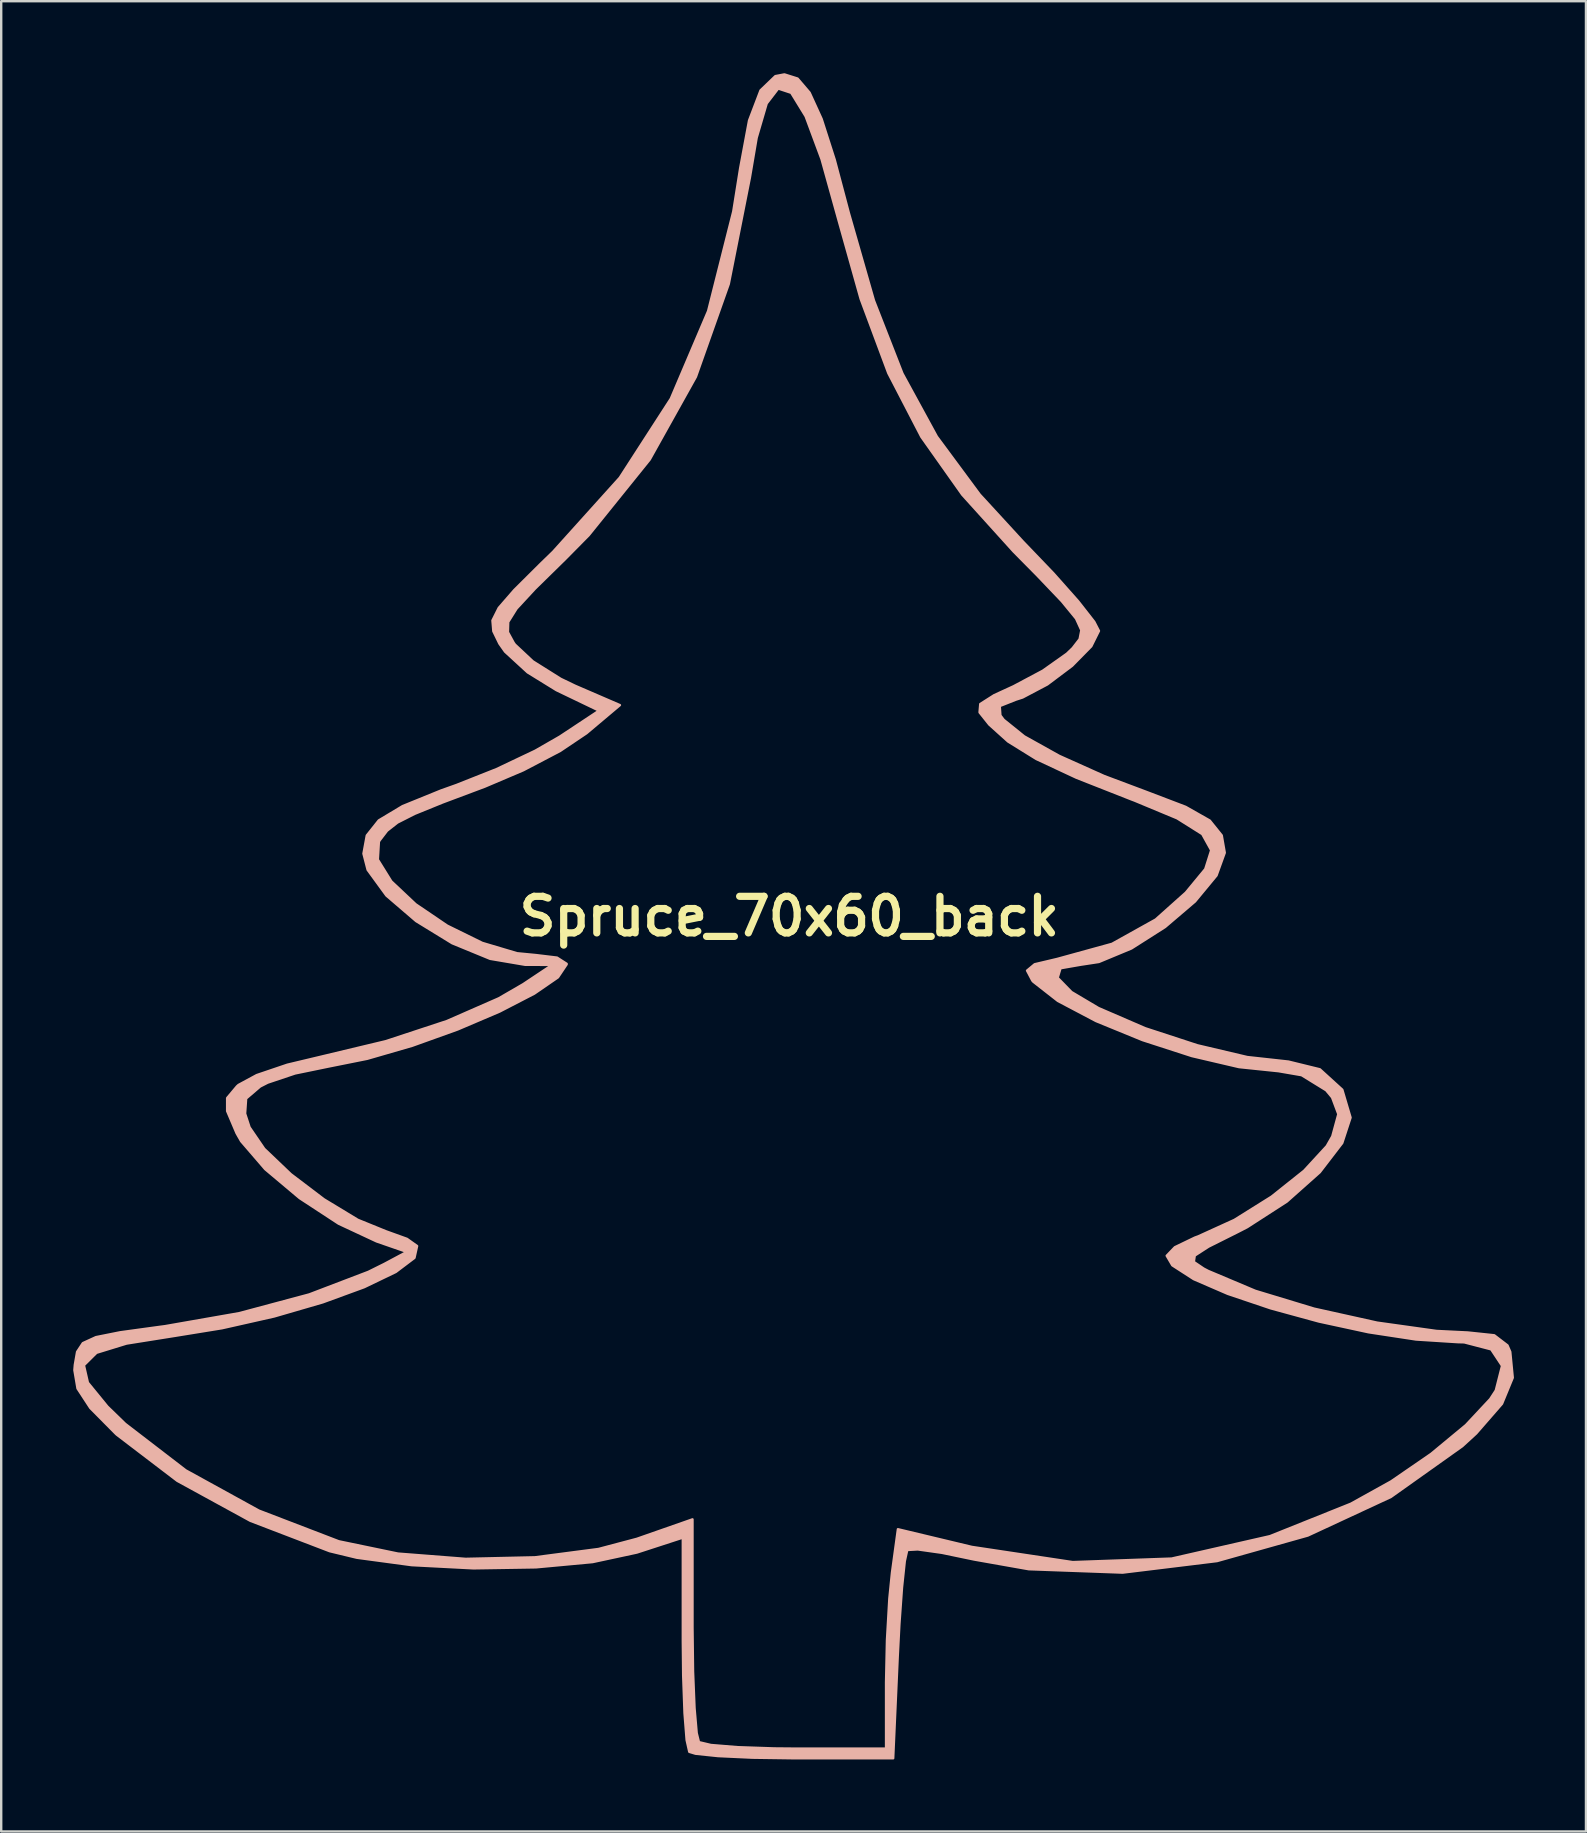
<source format=kicad_pcb>
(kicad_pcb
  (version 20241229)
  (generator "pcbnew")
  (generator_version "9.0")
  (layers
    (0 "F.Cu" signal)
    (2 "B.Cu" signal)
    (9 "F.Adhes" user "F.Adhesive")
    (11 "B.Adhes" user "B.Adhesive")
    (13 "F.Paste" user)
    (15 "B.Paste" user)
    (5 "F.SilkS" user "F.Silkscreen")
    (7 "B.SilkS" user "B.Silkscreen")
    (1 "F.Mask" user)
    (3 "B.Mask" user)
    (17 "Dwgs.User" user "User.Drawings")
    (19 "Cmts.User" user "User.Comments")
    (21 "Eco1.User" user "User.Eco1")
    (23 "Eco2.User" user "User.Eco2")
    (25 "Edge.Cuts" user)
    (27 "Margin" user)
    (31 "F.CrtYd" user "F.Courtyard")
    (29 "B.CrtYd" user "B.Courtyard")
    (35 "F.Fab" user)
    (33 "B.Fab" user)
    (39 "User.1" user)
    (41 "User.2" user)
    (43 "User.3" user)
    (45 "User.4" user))
  (footprint "Spruce_70x60_back"
    (layer "F.Cu")
    (at 29.832 35.126)
    (property "Reference" "Spruce_70x60_back" (at 0 0 0) (layer "F.SilkS") (effects (font (size 1.524 1.524) (thickness 0.3))))
    (attr through_hole)
    (fp_poly (pts (xy 30.141 19.222) (xy 29.695 20.304) (xy 29.695 18.725) (xy 29.242 18.04) (xy 28.118 17.747) (xy 27.85 17.74) (xy 26.11 17.629) (xy 24.129 17.327) (xy 22.059 16.879) (xy 20.053 16.33) (xy 18.266 15.727) (xy 16.849 15.114) (xy 15.957 14.538) (xy 15.724 14.14) (xy 16.064 13.785) (xy 16.898 13.383) (xy 17.034 13.334) (xy 18.543 12.647) (xy 20.09 11.679) (xy 21.448 10.597) (xy 22.391 9.572) (xy 22.622 9.166) (xy 22.875 8.241) (xy 22.614 7.544) (xy 22.367 7.247) (xy 21.345 6.617) (xy 20.383 6.451) (xy 18.735 6.28) (xy 16.772 5.821) (xy 14.713 5.154) (xy 12.779 4.362) (xy 11.189 3.523) (xy 10.164 2.721) (xy 10.125 2.676) (xy 9.906 2.26) (xy 10.223 1.996) (xy 11.158 1.775) (xy 13.447 1.145) (xy 15.265 0.132) (xy 16.52 -0.989) (xy 17.331 -1.972) (xy 17.578 -2.753) (xy 17.205 -3.426) (xy 16.159 -4.084) (xy 14.384 -4.823) (xy 14.269 -4.866) (xy 11.961 -5.775) (xy 10.291 -6.555) (xy 9.115 -7.284) (xy 8.332 -7.989) (xy 7.927 -8.497) (xy 7.957 -8.846) (xy 8.534 -9.213) (xy 9.341 -9.584) (xy 10.566 -10.236) (xy 11.565 -10.944) (xy 11.808 -11.178) (xy 12.097 -11.553) (xy 12.168 -11.92) (xy 11.947 -12.404) (xy 11.356 -13.126) (xy 10.32 -14.212) (xy 9.343 -15.201) (xy 7.207 -17.565) (xy 5.502 -19.975) (xy 4.126 -22.628) (xy 2.975 -25.718) (xy 2.064 -28.959) (xy 1.344 -31.544) (xy 0.682 -33.328) (xy 0.08 -34.309) (xy -0.461 -34.488) (xy -0.941 -33.863) (xy -1.359 -32.435) (xy -1.642 -30.77) (xy -2.52 -26.346) (xy -3.89 -22.476) (xy -5.813 -19.03) (xy -8.352 -15.88) (xy -9.332 -14.887) (xy -10.597 -13.646) (xy -11.362 -12.819) (xy -11.709 -12.264) (xy -11.722 -11.839) (xy -11.485 -11.404) (xy -11.43 -11.325) (xy -10.682 -10.624) (xy -9.52 -9.894) (xy -8.924 -9.607) (xy -7.056 -8.8) (xy -8.447 -7.629) (xy -9.546 -6.89) (xy -11.079 -6.087) (xy -12.68 -5.406) (xy -14.444 -4.744) (xy -15.606 -4.271) (xy -16.324 -3.907) (xy -16.756 -3.567) (xy -17.059 -3.172) (xy -17.097 -3.112) (xy -17.141 -2.365) (xy -16.578 -1.458) (xy -15.564 -0.503) (xy -14.25 0.388) (xy -12.792 1.105) (xy -11.343 1.537) (xy -10.557 1.613) (xy -9.676 1.719) (xy -9.275 1.976) (xy -9.273 1.999) (xy -9.636 2.541) (xy -10.621 3.219) (xy -12.066 3.966) (xy -13.815 4.712) (xy -15.706 5.391) (xy -17.581 5.934) (xy -19.236 6.266) (xy -20.589 6.545) (xy -21.73 6.928) (xy -22.043 7.088) (xy -22.628 7.589) (xy -22.671 8.219) (xy -22.485 8.788) (xy -21.873 9.684) (xy -20.763 10.743) (xy -19.385 11.789) (xy -17.974 12.644) (xy -16.799 13.122) (xy -15.928 13.436) (xy -15.506 13.735) (xy -15.615 14.228) (xy -16.392 14.815) (xy -17.709 15.449) (xy -19.439 16.082) (xy -21.455 16.668) (xy -23.631 17.159) (xy -25.597 17.478) (xy -27.613 17.799) (xy -28.863 18.183) (xy -29.386 18.702) (xy -29.221 19.425) (xy -28.407 20.422) (xy -27.665 21.143) (xy -25.145 23.08) (xy -22.096 24.758) (xy -18.788 26.028) (xy -18.748 26.04) (xy -16.302 26.548) (xy -13.483 26.768) (xy -10.597 26.703) (xy -7.945 26.356) (xy -6.35 25.933) (xy -4.032 25.122) (xy -4.032 29.629) (xy -4.009 31.46) (xy -3.947 32.984) (xy -3.857 34.026) (xy -3.763 34.404) (xy -3.266 34.522) (xy -2.157 34.613) (xy -0.629 34.665) (xy 0.269 34.673) (xy 4.032 34.673) (xy 4.032 31.907) (xy 4.07 30.155) (xy 4.169 28.427) (xy 4.279 27.337) (xy 4.526 25.533) (xy 7.605 26.27) (xy 11.81 26.903) (xy 15.929 26.756) (xy 20.026 25.822) (xy 23.399 24.47) (xy 25.075 23.539) (xy 26.742 22.392) (xy 28.188 21.194) (xy 29.2 20.111) (xy 29.435 19.749) (xy 29.695 18.725) (xy 29.695 20.304) (xy 29.694 20.307) (xy 28.619 21.542) (xy 28.038 22.075) (xy 25.065 24.188) (xy 21.603 25.796) (xy 17.821 26.86) (xy 13.89 27.341) (xy 9.978 27.199) (xy 7.703 26.796) (xy 6.359 26.516) (xy 5.353 26.374) (xy 4.915 26.398) (xy 4.812 26.864) (xy 4.697 27.957) (xy 4.587 29.502) (xy 4.518 30.842) (xy 4.329 35.076) (xy 0.216 35.076) (xy -1.531 35.051) (xy -2.966 34.984) (xy -3.905 34.886) (xy -4.166 34.807) (xy -4.276 34.317) (xy -4.364 33.198) (xy -4.42 31.631) (xy -4.435 30.21) (xy -4.435 25.882) (xy -6.35 26.505) (xy -8.193 26.902) (xy -10.552 27.121) (xy -13.156 27.163) (xy -15.734 27.029) (xy -18.017 26.721) (xy -19.151 26.447) (xy -22.454 25.182) (xy -25.499 23.515) (xy -28.018 21.593) (xy -28.062 21.552) (xy -29.122 20.481) (xy -29.653 19.669) (xy -29.782 18.907) (xy -29.765 18.692) (xy -29.67 18.144) (xy -29.43 17.78) (xy -28.886 17.531) (xy -27.878 17.329) (xy -26.249 17.105) (xy -26.005 17.073) (xy -22.912 16.531) (xy -19.999 15.751) (xy -17.534 14.81) (xy -16.876 14.483) (xy -15.933 13.979) (xy -17.196 13.541) (xy -18.774 12.804) (xy -20.4 11.739) (xy -21.835 10.532) (xy -22.836 9.369) (xy -23.025 9.038) (xy -23.419 8.112) (xy -23.419 7.569) (xy -23.011 7.083) (xy -22.946 7.024) (xy -22.188 6.614) (xy -20.914 6.182) (xy -19.475 5.839) (xy -16.806 5.2) (xy -14.261 4.361) (xy -12.1 3.414) (xy -11.087 2.827) (xy -9.878 2.021) (xy -10.999 2.019) (xy -12.463 1.77) (xy -14.043 1.12) (xy -15.547 0.197) (xy -16.785 -0.866) (xy -17.566 -1.938) (xy -17.74 -2.613) (xy -17.601 -3.369) (xy -17.102 -3.997) (xy -16.112 -4.591) (xy -14.506 -5.244) (xy -13.855 -5.476) (xy -12.196 -6.134) (xy -10.583 -6.9) (xy -9.56 -7.488) (xy -7.925 -8.57) (xy -9.704 -9.425) (xy -10.901 -10.164) (xy -11.842 -11.028) (xy -12.078 -11.363) (xy -12.329 -11.879) (xy -12.366 -12.327) (xy -12.104 -12.85) (xy -11.459 -13.592) (xy -10.346 -14.699) (xy -9.837 -15.193) (xy -7.063 -18.273) (xy -4.935 -21.567) (xy -3.381 -25.217) (xy -2.334 -29.363) (xy -2.045 -31.173) (xy -1.675 -33.157) (xy -1.198 -34.41) (xy -0.58 -35.004) (xy -0.202 -35.076) (xy 0.346 -34.903) (xy 0.847 -34.317) (xy 1.348 -33.221) (xy 1.894 -31.518) (xy 2.481 -29.307) (xy 3.527 -25.657) (xy 4.715 -22.616) (xy 6.149 -19.988) (xy 7.934 -17.575) (xy 9.731 -15.619) (xy 11.008 -14.287) (xy 12.038 -13.126) (xy 12.706 -12.272) (xy 12.902 -11.892) (xy 12.582 -11.249) (xy 11.785 -10.439) (xy 10.751 -9.662) (xy 9.721 -9.118) (xy 9.433 -9.025) (xy 8.768 -8.761) (xy 8.795 -8.372) (xy 8.933 -8.189) (xy 9.79 -7.498) (xy 11.246 -6.686) (xy 13.118 -5.846) (xy 14.854 -5.194) (xy 16.512 -4.562) (xy 17.52 -3.99) (xy 18.017 -3.372) (xy 18.143 -2.65) (xy 17.8 -1.703) (xy 16.905 -0.62) (xy 15.657 0.445) (xy 14.256 1.337) (xy 12.901 1.9) (xy 12.139 2.016) (xy 11.3 2.162) (xy 11.181 2.56) (xy 11.758 3.153) (xy 12.88 3.819) (xy 14.828 4.661) (xy 16.998 5.371) (xy 19.082 5.862) (xy 20.773 6.048) (xy 20.786 6.048) (xy 22.106 6.372) (xy 23.04 7.222) (xy 23.384 8.384) (xy 23.038 9.443) (xy 22.103 10.661) (xy 20.732 11.881) (xy 19.078 12.949) (xy 18.678 13.155) (xy 17.469 13.76) (xy 16.892 14.133) (xy 16.854 14.397) (xy 17.264 14.674) (xy 17.453 14.773) (xy 19.416 15.601) (xy 21.867 16.344) (xy 24.49 16.926) (xy 26.966 17.273) (xy 28.269 17.337) (xy 29.37 17.453) (xy 29.921 17.874) (xy 30.037 18.143) (xy 30.141 19.222)) (stroke (width 0.1) (type solid)) (fill yes) (layer "B.SilkS")))
  (gr_rect
    (start -3 -3)
    (end 63.023 73.252)
    (stroke (width 0.1) (type default))
    (fill no)
    (layer "Edge.Cuts")))
</source>
